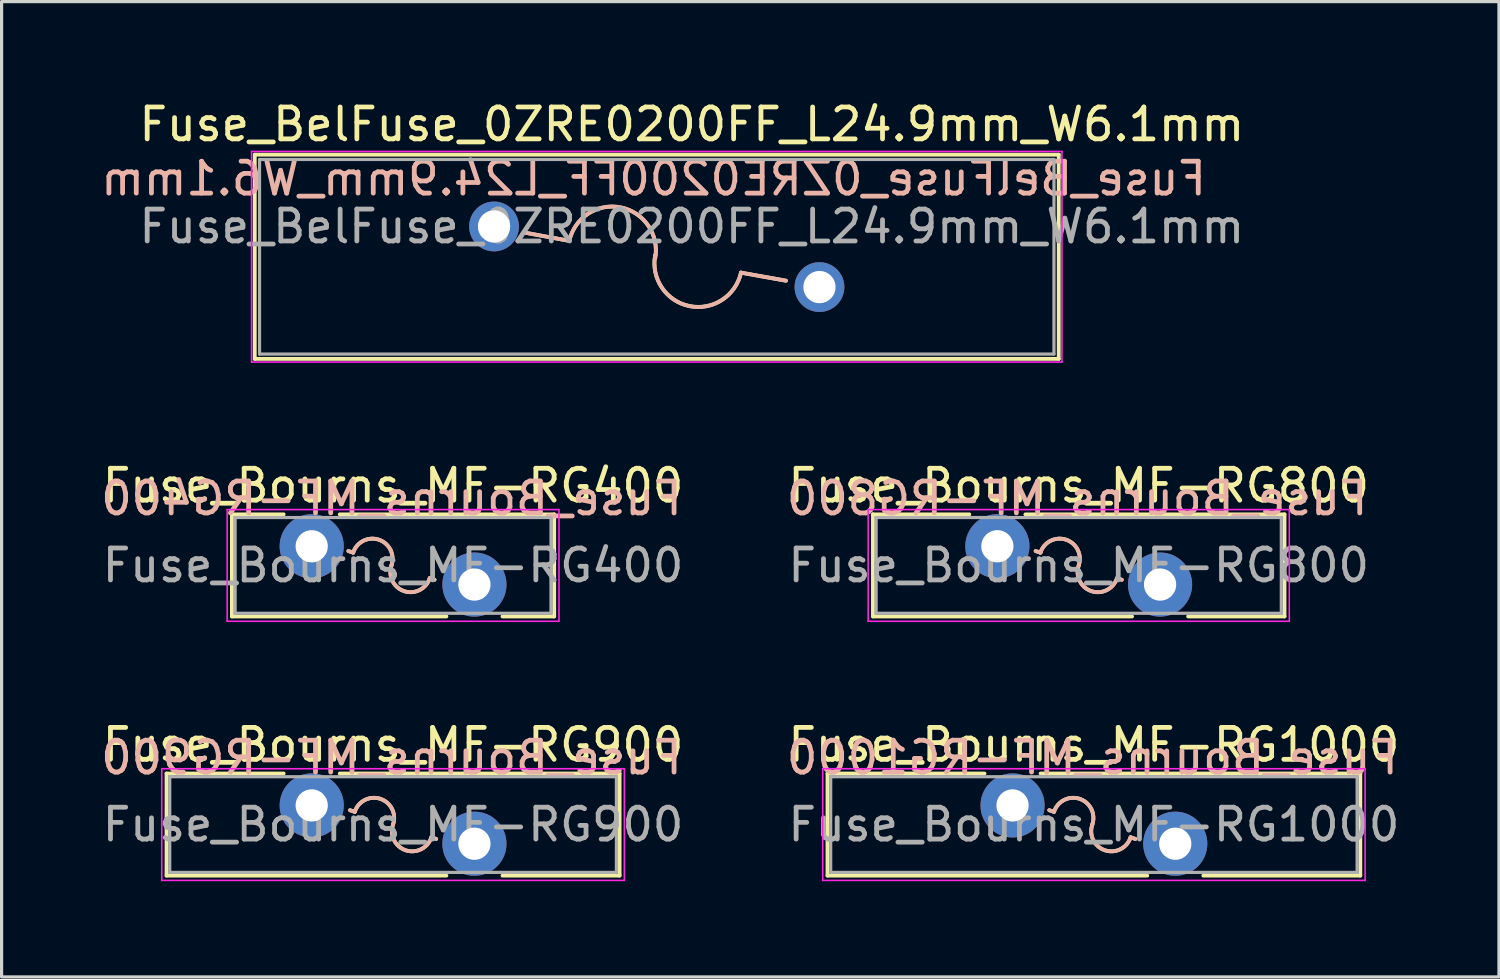
<source format=kicad_pcb>
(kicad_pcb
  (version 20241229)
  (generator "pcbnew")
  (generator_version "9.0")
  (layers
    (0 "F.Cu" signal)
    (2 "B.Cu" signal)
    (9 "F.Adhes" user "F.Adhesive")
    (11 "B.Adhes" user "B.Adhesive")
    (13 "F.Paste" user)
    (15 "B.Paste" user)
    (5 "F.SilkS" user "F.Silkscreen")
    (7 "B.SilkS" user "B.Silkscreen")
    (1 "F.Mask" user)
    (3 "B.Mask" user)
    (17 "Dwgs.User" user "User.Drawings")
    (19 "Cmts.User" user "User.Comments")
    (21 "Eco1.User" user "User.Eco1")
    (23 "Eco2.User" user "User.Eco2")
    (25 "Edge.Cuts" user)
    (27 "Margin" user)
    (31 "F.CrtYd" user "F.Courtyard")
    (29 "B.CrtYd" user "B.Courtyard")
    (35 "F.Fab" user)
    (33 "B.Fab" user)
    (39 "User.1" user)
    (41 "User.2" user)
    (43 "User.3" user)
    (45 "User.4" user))
  (footprint "Fuse_Bourns_MF-RG900"
    (layer "F.Cu")
    (at 6.72 22.195)
    (property "Reference" "Fuse_Bourns_MF-RG900" (at 2.55 -1.9 0) (layer "F.SilkS") (effects (font (size 1 1) (thickness 0.15))))
    (fp_line (start -4.55 -1) (end -4.55 2.2) (stroke (width 0.12) (type solid)) (layer "F.SilkS"))
    (fp_line (start -4.55 -1) (end -0.879 -1) (stroke (width 0.12) (type solid)) (layer "F.SilkS"))
    (fp_line (start -4.55 2.2) (end 4.222 2.2) (stroke (width 0.12) (type solid)) (layer "F.SilkS"))
    (fp_line (start 0.879 -1) (end 9.65 -1) (stroke (width 0.12) (type solid)) (layer "F.SilkS"))
    (fp_line (start 1.2 0.15) (end 1.35 0.2) (stroke (width 0.12) (type solid)) (layer "F.SilkS"))
    (fp_line (start 3.75 1) (end 3.9 1.05) (stroke (width 0.12) (type solid)) (layer "F.SilkS"))
    (fp_line (start 5.979 2.2) (end 9.65 2.2) (stroke (width 0.12) (type solid)) (layer "F.SilkS"))
    (fp_line (start 9.65 -1) (end 9.65 2.2) (stroke (width 0.12) (type solid)) (layer "F.SilkS"))
    (fp_arc (start 1.350003 0.200002) (mid 2.150001 -0.199998) (end 2.550001 0.6) (stroke (width 0.12) (type solid)) (layer "F.SilkS"))
    (fp_arc (start 3.749999 0.999998) (mid 2.950001 1.399998) (end 2.550001 0.6) (stroke (width 0.12) (type solid)) (layer "F.SilkS"))
    (fp_line (start 1.2 0.15) (end 1.35 0.2) (stroke (width 0.12) (type solid)) (layer "B.SilkS"))
    (fp_line (start 3.75 1) (end 3.9 1.05) (stroke (width 0.12) (type solid)) (layer "B.SilkS"))
    (fp_arc (start 1.350003 0.200002) (mid 2.150001 -0.199998) (end 2.550001 0.6) (stroke (width 0.12) (type solid)) (layer "B.SilkS"))
    (fp_arc (start 3.749999 0.999998) (mid 2.950001 1.399998) (end 2.550001 0.6) (stroke (width 0.12) (type solid)) (layer "B.SilkS"))
    (fp_line (start -4.7 -1.15) (end -4.7 2.35) (stroke (width 0.05) (type solid)) (layer "F.CrtYd"))
    (fp_line (start -4.7 2.35) (end 9.8 2.35) (stroke (width 0.05) (type solid)) (layer "F.CrtYd"))
    (fp_line (start 9.8 -1.15) (end -4.7 -1.15) (stroke (width 0.05) (type solid)) (layer "F.CrtYd"))
    (fp_line (start 9.8 2.35) (end 9.8 -1.15) (stroke (width 0.05) (type solid)) (layer "F.CrtYd"))
    (fp_line (start -4.45 -0.9) (end -4.45 2.1) (stroke (width 0.1) (type solid)) (layer "F.Fab"))
    (fp_line (start -4.45 2.1) (end 9.55 2.1) (stroke (width 0.1) (type solid)) (layer "F.Fab"))
    (fp_line (start 9.55 -0.9) (end -4.45 -0.9) (stroke (width 0.1) (type solid)) (layer "F.Fab"))
    (fp_line (start 9.55 2.1) (end 9.55 -0.9) (stroke (width 0.1) (type solid)) (layer "F.Fab"))
    (fp_text user "${REFERENCE}" (at 2.5 -1.5 0) (layer "B.SilkS") (effects (font (size 1 1) (thickness 0.15)) (justify mirror)))
    (fp_text user "${REFERENCE}" (at 2.55 0.6 0) (layer "F.Fab") (effects (font (size 1 1) (thickness 0.15))))
    (pad "1" thru_hole circle (at 0 0) (size 2.01 2.01) (drill 1.01) (layers "*.Cu" "*.Mask"))
    (pad "2" thru_hole circle (at 5.1 1.2) (size 2.01 2.01) (drill 1.01) (layers "*.Cu" "*.Mask")))
  (footprint "Fuse_Bourns_MF-RG1000"
    (layer "F.Cu")
    (at 28.687 22.195)
    (property "Reference" "Fuse_Bourns_MF-RG1000" (at 2.55 -1.9 0) (layer "F.SilkS") (effects (font (size 1 1) (thickness 0.15))))
    (fp_line (start -5.8 -1) (end -5.8 2.2) (stroke (width 0.12) (type solid)) (layer "F.SilkS"))
    (fp_line (start -5.8 -1) (end -0.879 -1) (stroke (width 0.12) (type solid)) (layer "F.SilkS"))
    (fp_line (start -5.8 2.2) (end 4.222 2.2) (stroke (width 0.12) (type solid)) (layer "F.SilkS"))
    (fp_line (start 0.879 -1) (end 10.9 -1) (stroke (width 0.12) (type solid)) (layer "F.SilkS"))
    (fp_line (start 1.15 0.15) (end 1.3 0.2) (stroke (width 0.12) (type solid)) (layer "F.SilkS"))
    (fp_line (start 3.7 1) (end 3.85 1.05) (stroke (width 0.12) (type solid)) (layer "F.SilkS"))
    (fp_line (start 5.979 2.2) (end 10.9 2.2) (stroke (width 0.12) (type solid)) (layer "F.SilkS"))
    (fp_line (start 10.9 -1) (end 10.9 2.2) (stroke (width 0.12) (type solid)) (layer "F.SilkS"))
    (fp_arc (start 1.300003 0.200002) (mid 2.100001 -0.199998) (end 2.500001 0.6) (stroke (width 0.12) (type solid)) (layer "F.SilkS"))
    (fp_arc (start 3.699999 0.999998) (mid 2.900001 1.399998) (end 2.500001 0.6) (stroke (width 0.12) (type solid)) (layer "F.SilkS"))
    (fp_line (start 1.15 0.15) (end 1.3 0.2) (stroke (width 0.12) (type solid)) (layer "B.SilkS"))
    (fp_line (start 3.7 1) (end 3.85 1.05) (stroke (width 0.12) (type solid)) (layer "B.SilkS"))
    (fp_arc (start 1.300003 0.200002) (mid 2.100001 -0.199998) (end 2.500001 0.6) (stroke (width 0.12) (type solid)) (layer "B.SilkS"))
    (fp_arc (start 3.699999 0.999998) (mid 2.900001 1.399998) (end 2.500001 0.6) (stroke (width 0.12) (type solid)) (layer "B.SilkS"))
    (fp_line (start -5.95 -1.15) (end -5.95 2.35) (stroke (width 0.05) (type solid)) (layer "F.CrtYd"))
    (fp_line (start -5.95 2.35) (end 11.05 2.35) (stroke (width 0.05) (type solid)) (layer "F.CrtYd"))
    (fp_line (start 11.05 -1.15) (end -5.95 -1.15) (stroke (width 0.05) (type solid)) (layer "F.CrtYd"))
    (fp_line (start 11.05 2.35) (end 11.05 -1.15) (stroke (width 0.05) (type solid)) (layer "F.CrtYd"))
    (fp_line (start -5.7 -0.9) (end -5.7 2.1) (stroke (width 0.1) (type solid)) (layer "F.Fab"))
    (fp_line (start -5.7 2.1) (end 10.8 2.1) (stroke (width 0.1) (type solid)) (layer "F.Fab"))
    (fp_line (start 10.8 -0.9) (end -5.7 -0.9) (stroke (width 0.1) (type solid)) (layer "F.Fab"))
    (fp_line (start 10.8 2.1) (end 10.8 -0.9) (stroke (width 0.1) (type solid)) (layer "F.Fab"))
    (fp_text user "${REFERENCE}" (at 2.5 -1.5 0) (layer "B.SilkS") (effects (font (size 1 1) (thickness 0.15)) (justify mirror)))
    (fp_text user "${REFERENCE}" (at 2.55 0.6 0) (layer "F.Fab") (effects (font (size 1 1) (thickness 0.15))))
    (pad "1" thru_hole circle (at 0 0) (size 2.01 2.01) (drill 1.01) (layers "*.Cu" "*.Mask"))
    (pad "2" thru_hole circle (at 5.1 1.2) (size 2.01 2.01) (drill 1.01) (layers "*.Cu" "*.Mask")))
  (footprint "Fuse_Bourns_MF-RG800"
    (layer "F.Cu")
    (at 28.211 14.072)
    (property "Reference" "Fuse_Bourns_MF-RG800" (at 2.55 -1.9 0) (layer "F.SilkS") (effects (font (size 1 1) (thickness 0.15))))
    (fp_line (start -3.9 -1) (end -3.9 2.2) (stroke (width 0.12) (type solid)) (layer "F.SilkS"))
    (fp_line (start -3.9 -1) (end -0.879 -1) (stroke (width 0.12) (type solid)) (layer "F.SilkS"))
    (fp_line (start -3.9 2.2) (end 4.222 2.2) (stroke (width 0.12) (type solid)) (layer "F.SilkS"))
    (fp_line (start 0.879 -1) (end 9 -1) (stroke (width 0.12) (type solid)) (layer "F.SilkS"))
    (fp_line (start 1.2 0.15) (end 1.35 0.2) (stroke (width 0.12) (type solid)) (layer "F.SilkS"))
    (fp_line (start 3.75 1) (end 3.9 1.05) (stroke (width 0.12) (type solid)) (layer "F.SilkS"))
    (fp_line (start 5.979 2.2) (end 9 2.2) (stroke (width 0.12) (type solid)) (layer "F.SilkS"))
    (fp_line (start 9 -1) (end 9 2.2) (stroke (width 0.12) (type solid)) (layer "F.SilkS"))
    (fp_arc (start 1.350003 0.200002) (mid 2.150001 -0.199998) (end 2.550001 0.6) (stroke (width 0.12) (type solid)) (layer "F.SilkS"))
    (fp_arc (start 3.749999 0.999998) (mid 2.950001 1.399998) (end 2.550001 0.6) (stroke (width 0.12) (type solid)) (layer "F.SilkS"))
    (fp_line (start 1.2 0.15) (end 1.35 0.2) (stroke (width 0.12) (type solid)) (layer "B.SilkS"))
    (fp_line (start 3.75 1) (end 3.9 1.05) (stroke (width 0.12) (type solid)) (layer "B.SilkS"))
    (fp_arc (start 1.350003 0.200002) (mid 2.150001 -0.199998) (end 2.550001 0.6) (stroke (width 0.12) (type solid)) (layer "B.SilkS"))
    (fp_arc (start 3.749999 0.999998) (mid 2.950001 1.399998) (end 2.550001 0.6) (stroke (width 0.12) (type solid)) (layer "B.SilkS"))
    (fp_line (start -4.05 -1.15) (end -4.05 2.35) (stroke (width 0.05) (type solid)) (layer "F.CrtYd"))
    (fp_line (start -4.05 2.35) (end 9.15 2.35) (stroke (width 0.05) (type solid)) (layer "F.CrtYd"))
    (fp_line (start 9.15 -1.15) (end -4.05 -1.15) (stroke (width 0.05) (type solid)) (layer "F.CrtYd"))
    (fp_line (start 9.15 2.35) (end 9.15 -1.15) (stroke (width 0.05) (type solid)) (layer "F.CrtYd"))
    (fp_line (start -3.8 -0.9) (end -3.8 2.1) (stroke (width 0.1) (type solid)) (layer "F.Fab"))
    (fp_line (start -3.8 2.1) (end 8.9 2.1) (stroke (width 0.1) (type solid)) (layer "F.Fab"))
    (fp_line (start 8.9 -0.9) (end -3.8 -0.9) (stroke (width 0.1) (type solid)) (layer "F.Fab"))
    (fp_line (start 8.9 2.1) (end 8.9 -0.9) (stroke (width 0.1) (type solid)) (layer "F.Fab"))
    (fp_text user "${REFERENCE}" (at 2.5 -1.5 0) (layer "B.SilkS") (effects (font (size 1 1) (thickness 0.15)) (justify mirror)))
    (fp_text user "${REFERENCE}" (at 2.55 0.6 0) (layer "F.Fab") (effects (font (size 1 1) (thickness 0.15))))
    (pad "1" thru_hole circle (at 0 0) (size 2.01 2.01) (drill 1.01) (layers "*.Cu" "*.Mask"))
    (pad "2" thru_hole circle (at 5.1 1.2) (size 2.01 2.01) (drill 1.01) (layers "*.Cu" "*.Mask")))
  (footprint "Fuse_BelFuse_0ZRE0200FF_L24.9mm_W6.1mm"
    (layer "F.Cu")
    (at 12.435 4.048)
    (property "Reference" "Fuse_BelFuse_0ZRE0200FF_L24.9mm_W6.1mm" (at 6.2 -3.2 0) (layer "F.SilkS") (effects (font (size 1 1) (thickness 0.15))))
    (fp_line (start -7.5 -2.25) (end -7.5 4.15) (stroke (width 0.12) (type solid)) (layer "F.SilkS"))
    (fp_line (start -7.5 -2.25) (end 17.7 -2.25) (stroke (width 0.12) (type solid)) (layer "F.SilkS"))
    (fp_line (start -7.5 4.15) (end 17.7 4.15) (stroke (width 0.12) (type solid)) (layer "F.SilkS"))
    (fp_line (start 1 0.2) (end 2.36 0.452) (stroke (width 0.12) (type solid)) (layer "F.SilkS"))
    (fp_line (start 7.74 1.448) (end 9.15 1.7) (stroke (width 0.12) (type solid)) (layer "F.SilkS"))
    (fp_line (start 17.7 -2.25) (end 17.7 4.15) (stroke (width 0.12) (type solid)) (layer "F.SilkS"))
    (fp_arc (start 2.359742 0.452167) (mid 3.97396 -0.59534) (end 5.049999 1) (stroke (width 0.12) (type solid)) (layer "F.SilkS"))
    (fp_arc (start 7.740258 1.447834) (mid 6.12604 2.495341) (end 5.050001 0.900001) (stroke (width 0.12) (type solid)) (layer "F.SilkS"))
    (fp_line (start 1 0.2) (end 2.36 0.452) (stroke (width 0.12) (type solid)) (layer "B.SilkS"))
    (fp_line (start 7.74 1.448) (end 9.15 1.7) (stroke (width 0.12) (type solid)) (layer "B.SilkS"))
    (fp_arc (start 2.359739 0.452167) (mid 3.974046 -0.595772) (end 5.049999 1) (stroke (width 0.12) (type solid)) (layer "B.SilkS"))
    (fp_arc (start 7.740261 1.447834) (mid 6.125954 2.495773) (end 5.050001 0.900001) (stroke (width 0.12) (type solid)) (layer "B.SilkS"))
    (fp_line (start -7.6 -2.35) (end -7.6 4.25) (stroke (width 0.05) (type solid)) (layer "F.CrtYd"))
    (fp_line (start -7.6 -2.35) (end 17.8 -2.35) (stroke (width 0.05) (type solid)) (layer "F.CrtYd"))
    (fp_line (start -7.6 4.25) (end 17.8 4.25) (stroke (width 0.05) (type solid)) (layer "F.CrtYd"))
    (fp_line (start 17.8 -2.35) (end 17.8 4.25) (stroke (width 0.05) (type solid)) (layer "F.CrtYd"))
    (fp_line (start -7.35 -2.1) (end -7.35 4) (stroke (width 0.1) (type solid)) (layer "F.Fab"))
    (fp_line (start -7.35 -2.1) (end 17.55 -2.1) (stroke (width 0.1) (type solid)) (layer "F.Fab"))
    (fp_line (start -7.35 4) (end 17.55 4) (stroke (width 0.1) (type solid)) (layer "F.Fab"))
    (fp_line (start 17.55 -2.1) (end 17.55 4) (stroke (width 0.1) (type solid)) (layer "F.Fab"))
    (fp_text user "${REFERENCE}" (at 5 -1.5 0) (layer "B.SilkS") (effects (font (size 1 1) (thickness 0.15)) (justify mirror)))
    (fp_text user "${REFERENCE}" (at 6.2 0 0) (layer "F.Fab") (effects (font (size 1 1) (thickness 0.15))))
    (pad "1" thru_hole circle (at 0 0) (size 1.56 1.56) (drill 1.01) (layers "*.Cu" "*.Mask"))
    (pad "2" thru_hole circle (at 10.2 1.9) (size 1.56 1.56) (drill 1.01) (layers "*.Cu" "*.Mask")))
  (footprint "Fuse_Bourns_MF-RG400"
    (layer "F.Cu")
    (at 6.72 14.072)
    (property "Reference" "Fuse_Bourns_MF-RG400" (at 2.55 -1.9 0) (layer "F.SilkS") (effects (font (size 1 1) (thickness 0.15))))
    (fp_line (start -2.501 -1) (end -2.501 2.2) (stroke (width 0.12) (type solid)) (layer "F.SilkS"))
    (fp_line (start -2.501 -1) (end -0.879 -1) (stroke (width 0.12) (type solid)) (layer "F.SilkS"))
    (fp_line (start -2.501 2.2) (end 4.222 2.2) (stroke (width 0.12) (type solid)) (layer "F.SilkS"))
    (fp_line (start 0.879 -1) (end 7.6 -1) (stroke (width 0.12) (type solid)) (layer "F.SilkS"))
    (fp_line (start 1.15 0.15) (end 1.3 0.2) (stroke (width 0.12) (type solid)) (layer "F.SilkS"))
    (fp_line (start 3.7 1) (end 3.85 1.05) (stroke (width 0.12) (type solid)) (layer "F.SilkS"))
    (fp_line (start 5.979 2.2) (end 7.6 2.2) (stroke (width 0.12) (type solid)) (layer "F.SilkS"))
    (fp_line (start 7.6 -1) (end 7.6 2.2) (stroke (width 0.12) (type solid)) (layer "F.SilkS"))
    (fp_arc (start 1.300003 0.200002) (mid 2.100001 -0.199998) (end 2.500001 0.6) (stroke (width 0.12) (type solid)) (layer "F.SilkS"))
    (fp_arc (start 3.699999 0.999998) (mid 2.900001 1.399998) (end 2.500001 0.6) (stroke (width 0.12) (type solid)) (layer "F.SilkS"))
    (fp_line (start 1.15 0.15) (end 1.3 0.2) (stroke (width 0.12) (type solid)) (layer "B.SilkS"))
    (fp_line (start 3.7 1) (end 3.85 1.05) (stroke (width 0.12) (type solid)) (layer "B.SilkS"))
    (fp_arc (start 1.300003 0.200002) (mid 2.100001 -0.199998) (end 2.500001 0.6) (stroke (width 0.12) (type solid)) (layer "B.SilkS"))
    (fp_arc (start 3.699999 0.999998) (mid 2.900001 1.399998) (end 2.500001 0.6) (stroke (width 0.12) (type solid)) (layer "B.SilkS"))
    (fp_line (start -2.65 -1.15) (end -2.65 2.35) (stroke (width 0.05) (type solid)) (layer "F.CrtYd"))
    (fp_line (start -2.65 2.35) (end 7.75 2.35) (stroke (width 0.05) (type solid)) (layer "F.CrtYd"))
    (fp_line (start 7.75 -1.15) (end -2.65 -1.15) (stroke (width 0.05) (type solid)) (layer "F.CrtYd"))
    (fp_line (start 7.75 2.35) (end 7.75 -1.15) (stroke (width 0.05) (type solid)) (layer "F.CrtYd"))
    (fp_line (start -2.4 -0.9) (end -2.4 2.1) (stroke (width 0.1) (type solid)) (layer "F.Fab"))
    (fp_line (start -2.4 2.1) (end 7.5 2.1) (stroke (width 0.1) (type solid)) (layer "F.Fab"))
    (fp_line (start 7.5 -0.9) (end -2.4 -0.9) (stroke (width 0.1) (type solid)) (layer "F.Fab"))
    (fp_line (start 7.5 2.1) (end 7.5 -0.9) (stroke (width 0.1) (type solid)) (layer "F.Fab"))
    (fp_text user "${REFERENCE}" (at 2.5 -1.5 0) (layer "B.SilkS") (effects (font (size 1 1) (thickness 0.15)) (justify mirror)))
    (fp_text user "${REFERENCE}" (at 2.55 0.6 0) (layer "F.Fab") (effects (font (size 1 1) (thickness 0.15))))
    (pad "1" thru_hole circle (at 0 0) (size 2.01 2.01) (drill 1.01) (layers "*.Cu" "*.Mask"))
    (pad "2" thru_hole circle (at 5.1 1.2) (size 2.01 2.01) (drill 1.01) (layers "*.Cu" "*.Mask")))
  (gr_rect
    (start -3 -3)
    (end 43.933 27.57)
    (stroke (width 0.1) (type default))
    (fill no)
    (layer "Edge.Cuts")))
</source>
